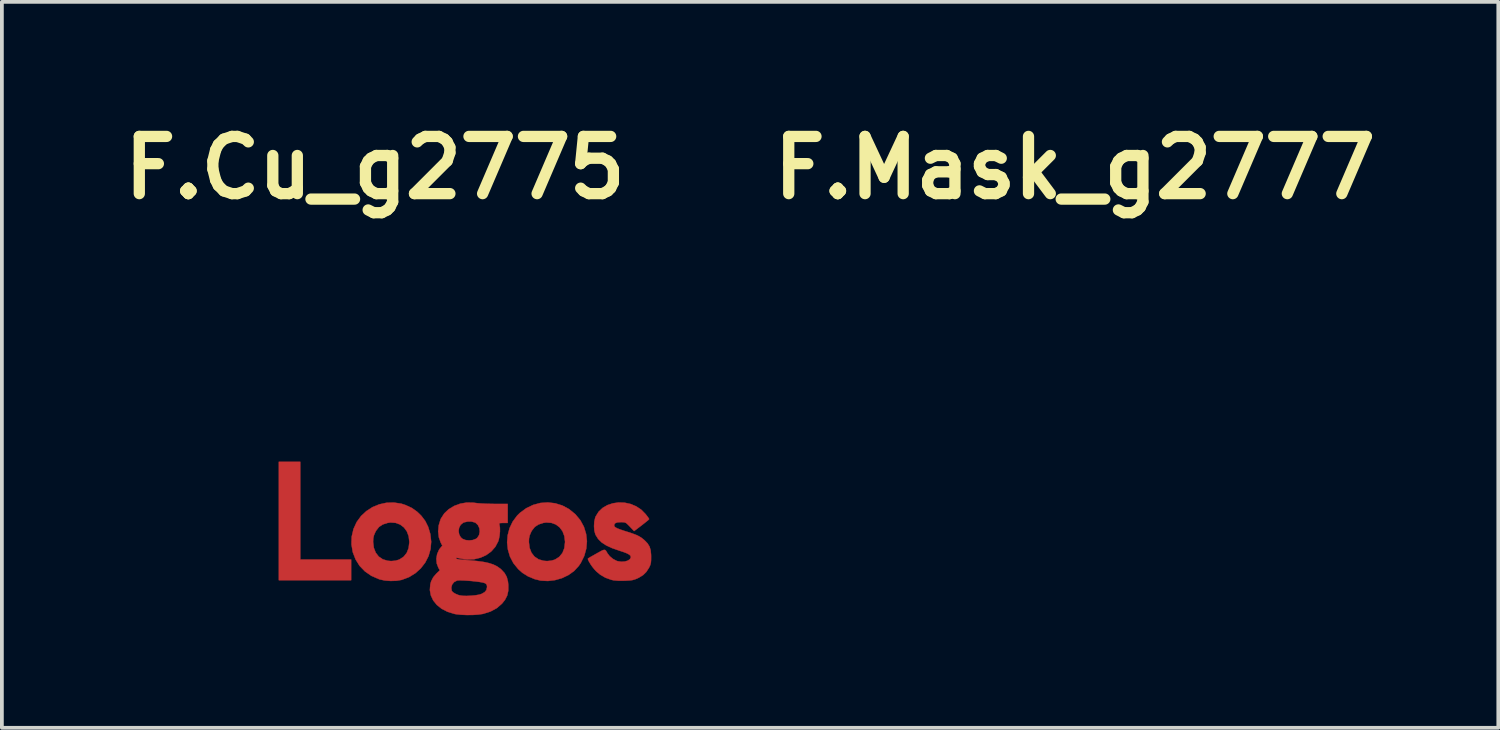
<source format=kicad_pcb>
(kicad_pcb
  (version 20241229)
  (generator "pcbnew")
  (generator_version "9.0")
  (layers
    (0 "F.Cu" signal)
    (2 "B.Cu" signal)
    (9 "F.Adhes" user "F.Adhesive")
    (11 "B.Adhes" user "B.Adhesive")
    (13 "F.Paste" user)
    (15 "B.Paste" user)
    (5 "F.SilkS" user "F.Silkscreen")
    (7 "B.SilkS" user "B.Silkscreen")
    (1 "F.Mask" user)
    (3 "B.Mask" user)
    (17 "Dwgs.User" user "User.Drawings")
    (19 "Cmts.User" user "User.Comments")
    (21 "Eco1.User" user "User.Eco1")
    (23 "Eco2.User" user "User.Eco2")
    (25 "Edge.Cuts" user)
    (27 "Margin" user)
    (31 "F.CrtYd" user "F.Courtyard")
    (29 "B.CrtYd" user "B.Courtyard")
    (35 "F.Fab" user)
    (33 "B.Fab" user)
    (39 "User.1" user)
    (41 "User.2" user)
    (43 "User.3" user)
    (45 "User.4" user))
  (footprint "F.Mask_g2777"
    (layer "F.Cu")
    (at 25.579 1.418)
    (property "Reference" "F.Mask_g2777" (at 0 0 0) (layer "F.SilkS") (effects (font (size 1.524 1.524) (thickness 0.3))))
    (attr through_hole)
    (fp_poly (pts (xy -1.99 10.435) (xy -0.635 10.435) (xy -0.635 10.986) (xy -2.561 10.986) (xy -2.561 7.832) (xy -1.99 7.832) (xy -1.99 10.435)) (stroke (width 0.01) (type solid)) (fill yes) (layer "F.Mask"))
    (fp_poly (pts (xy 4.8 8.938) (xy 4.991 8.997) (xy 5.17 9.093) (xy 5.333 9.226) (xy 5.336 9.228) (xy 5.469 9.388) (xy 5.565 9.564) (xy 5.623 9.753) (xy 5.645 9.948) (xy 5.628 10.145) (xy 5.574 10.34) (xy 5.481 10.528) (xy 5.427 10.607) (xy 5.305 10.74) (xy 5.154 10.848) (xy 4.981 10.931) (xy 4.796 10.984) (xy 4.604 11.007) (xy 4.415 10.997) (xy 4.255 10.958) (xy 4.077 10.884) (xy 3.927 10.79) (xy 3.814 10.689) (xy 3.687 10.532) (xy 3.596 10.358) (xy 3.541 10.172) (xy 3.52 9.98) (xy 3.521 9.968) (xy 4.099 9.968) (xy 4.118 10.124) (xy 4.168 10.254) (xy 4.248 10.357) (xy 4.356 10.43) (xy 4.488 10.469) (xy 4.583 10.477) (xy 4.697 10.466) (xy 4.792 10.438) (xy 4.794 10.437) (xy 4.91 10.363) (xy 4.993 10.261) (xy 5.044 10.132) (xy 5.062 9.976) (xy 5.063 9.964) (xy 5.045 9.813) (xy 4.996 9.683) (xy 4.918 9.578) (xy 4.817 9.502) (xy 4.696 9.458) (xy 4.559 9.449) (xy 4.484 9.46) (xy 4.355 9.502) (xy 4.257 9.567) (xy 4.181 9.663) (xy 4.157 9.708) (xy 4.12 9.795) (xy 4.103 9.876) (xy 4.099 9.968) (xy 3.521 9.968) (xy 3.535 9.788) (xy 3.584 9.602) (xy 3.668 9.426) (xy 3.787 9.266) (xy 3.859 9.195) (xy 4.029 9.069) (xy 4.213 8.981) (xy 4.406 8.929) (xy 4.603 8.915) (xy 4.8 8.938)) (stroke (width 0.01) (type solid)) (fill yes) (layer "F.Mask"))
    (fp_poly (pts (xy 0.701 8.948) (xy 0.812 8.984) (xy 0.981 9.062) (xy 1.124 9.163) (xy 1.235 9.271) (xy 1.339 9.409) (xy 1.416 9.564) (xy 1.471 9.746) (xy 1.475 9.765) (xy 1.497 9.962) (xy 1.48 10.156) (xy 1.427 10.342) (xy 1.34 10.514) (xy 1.222 10.668) (xy 1.077 10.799) (xy 0.907 10.904) (xy 0.715 10.976) (xy 0.709 10.978) (xy 0.573 11.001) (xy 0.418 11.006) (xy 0.262 10.994) (xy 0.125 10.965) (xy 0.106 10.958) (xy -0.096 10.87) (xy -0.268 10.751) (xy -0.409 10.605) (xy -0.516 10.434) (xy -0.592 10.237) (xy -0.626 10.033) (xy -0.624 9.968) (xy -0.05 9.968) (xy -0.031 10.124) (xy 0.02 10.254) (xy 0.1 10.357) (xy 0.207 10.43) (xy 0.339 10.469) (xy 0.434 10.477) (xy 0.548 10.466) (xy 0.644 10.438) (xy 0.646 10.437) (xy 0.761 10.363) (xy 0.845 10.26) (xy 0.896 10.131) (xy 0.915 9.974) (xy 0.915 9.966) (xy 0.898 9.816) (xy 0.849 9.686) (xy 0.772 9.581) (xy 0.671 9.504) (xy 0.55 9.459) (xy 0.414 9.449) (xy 0.335 9.46) (xy 0.206 9.502) (xy 0.108 9.567) (xy 0.033 9.663) (xy 0.008 9.708) (xy -0.029 9.795) (xy -0.046 9.876) (xy -0.05 9.968) (xy -0.624 9.968) (xy -0.62 9.826) (xy -0.572 9.621) (xy -0.57 9.617) (xy -0.487 9.436) (xy -0.371 9.277) (xy -0.229 9.145) (xy -0.066 9.04) (xy 0.114 8.966) (xy 0.305 8.924) (xy 0.502 8.918) (xy 0.701 8.948)) (stroke (width 0.01) (type solid)) (fill yes) (layer "F.Mask"))
    (fp_poly (pts (xy 6.65 8.922) (xy 6.807 8.956) (xy 6.956 9.018) (xy 7.092 9.108) (xy 7.202 9.219) (xy 7.25 9.28) (xy 7.286 9.329) (xy 7.302 9.356) (xy 7.303 9.358) (xy 7.287 9.376) (xy 7.243 9.414) (xy 7.179 9.465) (xy 7.102 9.526) (xy 6.902 9.678) (xy 6.789 9.559) (xy 6.731 9.5) (xy 6.69 9.464) (xy 6.652 9.447) (xy 6.604 9.441) (xy 6.549 9.44) (xy 6.457 9.446) (xy 6.401 9.466) (xy 6.374 9.502) (xy 6.371 9.529) (xy 6.379 9.554) (xy 6.405 9.579) (xy 6.455 9.606) (xy 6.533 9.636) (xy 6.645 9.674) (xy 6.71 9.694) (xy 6.848 9.739) (xy 6.955 9.779) (xy 7.038 9.819) (xy 7.108 9.864) (xy 7.174 9.918) (xy 7.178 9.921) (xy 7.259 10.005) (xy 7.312 10.089) (xy 7.342 10.186) (xy 7.354 10.307) (xy 7.355 10.361) (xy 7.354 10.457) (xy 7.348 10.525) (xy 7.334 10.579) (xy 7.309 10.634) (xy 7.293 10.664) (xy 7.224 10.769) (xy 7.141 10.85) (xy 7.032 10.917) (xy 6.985 10.94) (xy 6.923 10.965) (xy 6.862 10.982) (xy 6.789 10.992) (xy 6.692 10.998) (xy 6.636 11) (xy 6.477 11) (xy 6.355 10.989) (xy 6.292 10.975) (xy 6.135 10.918) (xy 6 10.839) (xy 5.893 10.749) (xy 5.842 10.694) (xy 5.788 10.627) (xy 5.739 10.556) (xy 5.7 10.49) (xy 5.675 10.439) (xy 5.672 10.41) (xy 5.673 10.408) (xy 5.695 10.395) (xy 5.745 10.365) (xy 5.818 10.324) (xy 5.902 10.276) (xy 5.996 10.224) (xy 6.061 10.19) (xy 6.104 10.177) (xy 6.134 10.183) (xy 6.157 10.208) (xy 6.182 10.251) (xy 6.191 10.268) (xy 6.252 10.347) (xy 6.338 10.419) (xy 6.432 10.469) (xy 6.461 10.479) (xy 6.558 10.494) (xy 6.651 10.489) (xy 6.73 10.467) (xy 6.788 10.43) (xy 6.815 10.381) (xy 6.816 10.37) (xy 6.805 10.335) (xy 6.771 10.303) (xy 6.708 10.269) (xy 6.611 10.232) (xy 6.509 10.199) (xy 6.314 10.131) (xy 6.157 10.058) (xy 6.035 9.978) (xy 5.944 9.887) (xy 5.879 9.783) (xy 5.869 9.761) (xy 5.843 9.664) (xy 5.835 9.547) (xy 5.842 9.426) (xy 5.866 9.32) (xy 5.877 9.291) (xy 5.956 9.163) (xy 6.063 9.061) (xy 6.192 8.986) (xy 6.337 8.938) (xy 6.491 8.916) (xy 6.65 8.922)) (stroke (width 0.01) (type solid)) (fill yes) (layer "F.Mask"))
    (fp_poly (pts (xy 2.624 8.922) (xy 2.669 8.928) (xy 2.741 8.937) (xy 2.845 8.944) (xy 2.969 8.95) (xy 3.101 8.953) (xy 3.175 8.954) (xy 3.535 8.954) (xy 3.535 9.461) (xy 3.417 9.461) (xy 3.35 9.463) (xy 3.317 9.469) (xy 3.309 9.484) (xy 3.315 9.509) (xy 3.328 9.587) (xy 3.329 9.689) (xy 3.318 9.799) (xy 3.298 9.902) (xy 3.283 9.95) (xy 3.206 10.096) (xy 3.098 10.219) (xy 2.964 10.317) (xy 2.809 10.387) (xy 2.64 10.428) (xy 2.461 10.436) (xy 2.278 10.409) (xy 2.269 10.407) (xy 2.209 10.394) (xy 2.169 10.39) (xy 2.159 10.395) (xy 2.163 10.408) (xy 2.177 10.419) (xy 2.209 10.427) (xy 2.263 10.435) (xy 2.346 10.443) (xy 2.464 10.453) (xy 2.509 10.456) (xy 2.72 10.476) (xy 2.893 10.5) (xy 3.037 10.531) (xy 3.155 10.57) (xy 3.254 10.619) (xy 3.34 10.68) (xy 3.365 10.702) (xy 3.453 10.797) (xy 3.51 10.9) (xy 3.542 11.024) (xy 3.551 11.115) (xy 3.55 11.267) (xy 3.522 11.394) (xy 3.463 11.509) (xy 3.383 11.61) (xy 3.246 11.729) (xy 3.078 11.82) (xy 2.882 11.882) (xy 2.868 11.885) (xy 2.747 11.902) (xy 2.6 11.912) (xy 2.443 11.913) (xy 2.291 11.906) (xy 2.159 11.892) (xy 2.117 11.884) (xy 1.934 11.828) (xy 1.777 11.748) (xy 1.649 11.646) (xy 1.552 11.527) (xy 1.489 11.393) (xy 1.462 11.249) (xy 1.467 11.182) (xy 2.032 11.182) (xy 2.045 11.269) (xy 2.045 11.27) (xy 2.077 11.307) (xy 2.137 11.345) (xy 2.215 11.378) (xy 2.254 11.39) (xy 2.333 11.402) (xy 2.438 11.405) (xy 2.555 11.4) (xy 2.671 11.389) (xy 2.771 11.372) (xy 2.84 11.351) (xy 2.921 11.304) (xy 2.967 11.249) (xy 2.984 11.175) (xy 2.985 11.155) (xy 2.977 11.107) (xy 2.948 11.076) (xy 2.912 11.059) (xy 2.863 11.046) (xy 2.781 11.032) (xy 2.679 11.019) (xy 2.565 11.007) (xy 2.45 10.998) (xy 2.344 10.992) (xy 2.256 10.99) (xy 2.199 10.993) (xy 2.19 10.994) (xy 2.11 11.034) (xy 2.056 11.1) (xy 2.032 11.182) (xy 1.467 11.182) (xy 1.474 11.097) (xy 1.496 11.016) (xy 1.552 10.908) (xy 1.629 10.817) (xy 1.728 10.721) (xy 1.689 10.656) (xy 1.646 10.542) (xy 1.635 10.415) (xy 1.656 10.289) (xy 1.707 10.175) (xy 1.735 10.136) (xy 1.794 10.066) (xy 1.754 9.99) (xy 1.702 9.848) (xy 1.684 9.69) (xy 1.685 9.677) (xy 2.227 9.677) (xy 2.242 9.765) (xy 2.284 9.843) (xy 2.335 9.887) (xy 2.414 9.917) (xy 2.509 9.927) (xy 2.606 9.916) (xy 2.687 9.886) (xy 2.723 9.86) (xy 2.772 9.784) (xy 2.791 9.694) (xy 2.781 9.602) (xy 2.743 9.519) (xy 2.68 9.458) (xy 2.668 9.451) (xy 2.578 9.425) (xy 2.474 9.423) (xy 2.374 9.445) (xy 2.349 9.456) (xy 2.282 9.511) (xy 2.241 9.589) (xy 2.227 9.677) (xy 1.685 9.677) (xy 1.698 9.527) (xy 1.745 9.371) (xy 1.759 9.341) (xy 1.846 9.207) (xy 1.965 9.095) (xy 2.109 9.008) (xy 2.271 8.948) (xy 2.445 8.918) (xy 2.624 8.922)) (stroke (width 0.01) (type solid)) (fill yes) (layer "F.Mask")))
  (footprint "F.Cu_g2775"
    (layer "F.Cu")
    (at 6.938 1.418)
    (property "Reference" "F.Cu_g2775" (at 0 0 0) (layer "F.SilkS") (effects (font (size 1.524 1.524) (thickness 0.3))))
    (attr through_hole)
    (fp_poly (pts (xy -1.99 10.435) (xy -0.635 10.435) (xy -0.635 10.986) (xy -2.561 10.986) (xy -2.561 7.832) (xy -1.99 7.832) (xy -1.99 10.435)) (stroke (width 0.01) (type solid)) (fill yes) (layer "F.Cu"))
    (fp_poly (pts (xy 4.8 8.938) (xy 4.991 8.997) (xy 5.17 9.093) (xy 5.333 9.226) (xy 5.336 9.228) (xy 5.469 9.388) (xy 5.565 9.564) (xy 5.623 9.753) (xy 5.645 9.948) (xy 5.628 10.145) (xy 5.574 10.34) (xy 5.481 10.528) (xy 5.427 10.607) (xy 5.305 10.74) (xy 5.154 10.848) (xy 4.981 10.931) (xy 4.796 10.984) (xy 4.604 11.007) (xy 4.415 10.997) (xy 4.255 10.958) (xy 4.077 10.884) (xy 3.927 10.79) (xy 3.814 10.689) (xy 3.687 10.532) (xy 3.596 10.358) (xy 3.541 10.172) (xy 3.52 9.98) (xy 3.521 9.968) (xy 4.099 9.968) (xy 4.118 10.124) (xy 4.168 10.254) (xy 4.248 10.357) (xy 4.356 10.43) (xy 4.488 10.469) (xy 4.583 10.477) (xy 4.697 10.466) (xy 4.792 10.438) (xy 4.794 10.437) (xy 4.91 10.363) (xy 4.993 10.261) (xy 5.044 10.132) (xy 5.062 9.976) (xy 5.063 9.964) (xy 5.045 9.813) (xy 4.996 9.683) (xy 4.918 9.578) (xy 4.817 9.502) (xy 4.696 9.458) (xy 4.559 9.449) (xy 4.484 9.46) (xy 4.355 9.502) (xy 4.257 9.567) (xy 4.181 9.663) (xy 4.157 9.708) (xy 4.12 9.795) (xy 4.103 9.876) (xy 4.099 9.968) (xy 3.521 9.968) (xy 3.535 9.788) (xy 3.584 9.602) (xy 3.668 9.426) (xy 3.787 9.266) (xy 3.859 9.195) (xy 4.029 9.069) (xy 4.213 8.981) (xy 4.406 8.929) (xy 4.603 8.915) (xy 4.8 8.938)) (stroke (width 0.01) (type solid)) (fill yes) (layer "F.Cu"))
    (fp_poly (pts (xy 0.701 8.948) (xy 0.812 8.984) (xy 0.981 9.062) (xy 1.124 9.163) (xy 1.235 9.271) (xy 1.339 9.409) (xy 1.416 9.564) (xy 1.471 9.746) (xy 1.475 9.765) (xy 1.497 9.962) (xy 1.48 10.156) (xy 1.427 10.342) (xy 1.34 10.514) (xy 1.222 10.668) (xy 1.077 10.799) (xy 0.907 10.904) (xy 0.715 10.976) (xy 0.709 10.978) (xy 0.573 11.001) (xy 0.418 11.006) (xy 0.262 10.994) (xy 0.125 10.965) (xy 0.106 10.958) (xy -0.096 10.87) (xy -0.268 10.751) (xy -0.409 10.605) (xy -0.516 10.434) (xy -0.592 10.237) (xy -0.626 10.033) (xy -0.624 9.968) (xy -0.05 9.968) (xy -0.031 10.124) (xy 0.02 10.254) (xy 0.1 10.357) (xy 0.207 10.43) (xy 0.339 10.469) (xy 0.434 10.477) (xy 0.548 10.466) (xy 0.644 10.438) (xy 0.646 10.437) (xy 0.761 10.363) (xy 0.845 10.26) (xy 0.896 10.131) (xy 0.915 9.974) (xy 0.915 9.966) (xy 0.898 9.816) (xy 0.849 9.686) (xy 0.772 9.581) (xy 0.671 9.504) (xy 0.55 9.459) (xy 0.414 9.449) (xy 0.335 9.46) (xy 0.206 9.502) (xy 0.108 9.567) (xy 0.033 9.663) (xy 0.008 9.708) (xy -0.029 9.795) (xy -0.046 9.876) (xy -0.05 9.968) (xy -0.624 9.968) (xy -0.62 9.826) (xy -0.572 9.621) (xy -0.57 9.617) (xy -0.487 9.436) (xy -0.371 9.277) (xy -0.229 9.145) (xy -0.066 9.04) (xy 0.114 8.966) (xy 0.305 8.924) (xy 0.502 8.918) (xy 0.701 8.948)) (stroke (width 0.01) (type solid)) (fill yes) (layer "F.Cu"))
    (fp_poly (pts (xy 6.65 8.922) (xy 6.807 8.956) (xy 6.956 9.018) (xy 7.092 9.108) (xy 7.202 9.219) (xy 7.25 9.28) (xy 7.286 9.329) (xy 7.302 9.356) (xy 7.303 9.358) (xy 7.287 9.376) (xy 7.243 9.414) (xy 7.179 9.465) (xy 7.102 9.526) (xy 6.902 9.678) (xy 6.789 9.559) (xy 6.731 9.5) (xy 6.69 9.464) (xy 6.652 9.447) (xy 6.604 9.441) (xy 6.549 9.44) (xy 6.457 9.446) (xy 6.401 9.466) (xy 6.374 9.502) (xy 6.371 9.529) (xy 6.379 9.554) (xy 6.405 9.579) (xy 6.455 9.606) (xy 6.533 9.636) (xy 6.645 9.674) (xy 6.71 9.694) (xy 6.848 9.739) (xy 6.955 9.779) (xy 7.038 9.819) (xy 7.108 9.864) (xy 7.174 9.918) (xy 7.178 9.921) (xy 7.259 10.005) (xy 7.312 10.089) (xy 7.342 10.186) (xy 7.354 10.307) (xy 7.355 10.361) (xy 7.354 10.457) (xy 7.348 10.525) (xy 7.334 10.579) (xy 7.309 10.634) (xy 7.293 10.664) (xy 7.224 10.769) (xy 7.141 10.85) (xy 7.032 10.917) (xy 6.985 10.94) (xy 6.923 10.965) (xy 6.862 10.982) (xy 6.789 10.992) (xy 6.692 10.998) (xy 6.636 11) (xy 6.477 11) (xy 6.355 10.989) (xy 6.292 10.975) (xy 6.135 10.918) (xy 6 10.839) (xy 5.893 10.749) (xy 5.842 10.694) (xy 5.788 10.627) (xy 5.739 10.556) (xy 5.7 10.49) (xy 5.675 10.439) (xy 5.672 10.41) (xy 5.673 10.408) (xy 5.695 10.395) (xy 5.745 10.365) (xy 5.818 10.324) (xy 5.902 10.276) (xy 5.996 10.224) (xy 6.061 10.19) (xy 6.104 10.177) (xy 6.134 10.183) (xy 6.157 10.208) (xy 6.182 10.251) (xy 6.191 10.268) (xy 6.252 10.347) (xy 6.338 10.419) (xy 6.432 10.469) (xy 6.461 10.479) (xy 6.558 10.494) (xy 6.651 10.489) (xy 6.73 10.467) (xy 6.788 10.43) (xy 6.815 10.381) (xy 6.816 10.37) (xy 6.805 10.335) (xy 6.771 10.303) (xy 6.708 10.269) (xy 6.611 10.232) (xy 6.509 10.199) (xy 6.314 10.131) (xy 6.157 10.058) (xy 6.035 9.978) (xy 5.944 9.887) (xy 5.879 9.783) (xy 5.869 9.761) (xy 5.843 9.664) (xy 5.835 9.547) (xy 5.842 9.426) (xy 5.866 9.32) (xy 5.877 9.291) (xy 5.956 9.163) (xy 6.063 9.061) (xy 6.192 8.986) (xy 6.337 8.938) (xy 6.491 8.916) (xy 6.65 8.922)) (stroke (width 0.01) (type solid)) (fill yes) (layer "F.Cu"))
    (fp_poly (pts (xy 2.624 8.922) (xy 2.669 8.928) (xy 2.741 8.937) (xy 2.845 8.944) (xy 2.969 8.95) (xy 3.101 8.953) (xy 3.175 8.954) (xy 3.535 8.954) (xy 3.535 9.461) (xy 3.417 9.461) (xy 3.35 9.463) (xy 3.317 9.469) (xy 3.309 9.484) (xy 3.315 9.509) (xy 3.328 9.587) (xy 3.329 9.689) (xy 3.318 9.799) (xy 3.298 9.902) (xy 3.283 9.95) (xy 3.206 10.096) (xy 3.098 10.219) (xy 2.964 10.317) (xy 2.809 10.387) (xy 2.64 10.428) (xy 2.461 10.436) (xy 2.278 10.409) (xy 2.269 10.407) (xy 2.209 10.394) (xy 2.169 10.39) (xy 2.159 10.395) (xy 2.163 10.408) (xy 2.177 10.419) (xy 2.209 10.427) (xy 2.263 10.435) (xy 2.346 10.443) (xy 2.464 10.453) (xy 2.509 10.456) (xy 2.72 10.476) (xy 2.893 10.5) (xy 3.037 10.531) (xy 3.155 10.57) (xy 3.254 10.619) (xy 3.34 10.68) (xy 3.365 10.702) (xy 3.453 10.797) (xy 3.51 10.9) (xy 3.542 11.024) (xy 3.551 11.115) (xy 3.55 11.267) (xy 3.522 11.394) (xy 3.463 11.509) (xy 3.383 11.61) (xy 3.246 11.729) (xy 3.078 11.82) (xy 2.882 11.882) (xy 2.868 11.885) (xy 2.747 11.902) (xy 2.6 11.912) (xy 2.443 11.913) (xy 2.291 11.906) (xy 2.159 11.892) (xy 2.117 11.884) (xy 1.934 11.828) (xy 1.777 11.748) (xy 1.649 11.646) (xy 1.552 11.527) (xy 1.489 11.393) (xy 1.462 11.249) (xy 1.467 11.182) (xy 2.032 11.182) (xy 2.045 11.269) (xy 2.045 11.27) (xy 2.077 11.307) (xy 2.137 11.345) (xy 2.215 11.378) (xy 2.254 11.39) (xy 2.333 11.402) (xy 2.438 11.405) (xy 2.555 11.4) (xy 2.671 11.389) (xy 2.771 11.372) (xy 2.84 11.351) (xy 2.921 11.304) (xy 2.967 11.249) (xy 2.984 11.175) (xy 2.985 11.155) (xy 2.977 11.107) (xy 2.948 11.076) (xy 2.912 11.059) (xy 2.863 11.046) (xy 2.781 11.032) (xy 2.679 11.019) (xy 2.565 11.007) (xy 2.45 10.998) (xy 2.344 10.992) (xy 2.256 10.99) (xy 2.199 10.993) (xy 2.19 10.994) (xy 2.11 11.034) (xy 2.056 11.1) (xy 2.032 11.182) (xy 1.467 11.182) (xy 1.474 11.097) (xy 1.496 11.016) (xy 1.552 10.908) (xy 1.629 10.817) (xy 1.728 10.721) (xy 1.689 10.656) (xy 1.646 10.542) (xy 1.635 10.415) (xy 1.656 10.289) (xy 1.707 10.175) (xy 1.735 10.136) (xy 1.794 10.066) (xy 1.754 9.99) (xy 1.702 9.848) (xy 1.684 9.69) (xy 1.685 9.677) (xy 2.227 9.677) (xy 2.242 9.765) (xy 2.284 9.843) (xy 2.335 9.887) (xy 2.414 9.917) (xy 2.509 9.927) (xy 2.606 9.916) (xy 2.687 9.886) (xy 2.723 9.86) (xy 2.772 9.784) (xy 2.791 9.694) (xy 2.781 9.602) (xy 2.743 9.519) (xy 2.68 9.458) (xy 2.668 9.451) (xy 2.578 9.425) (xy 2.474 9.423) (xy 2.374 9.445) (xy 2.349 9.456) (xy 2.282 9.511) (xy 2.241 9.589) (xy 2.227 9.677) (xy 1.685 9.677) (xy 1.698 9.527) (xy 1.745 9.371) (xy 1.759 9.341) (xy 1.846 9.207) (xy 1.965 9.095) (xy 2.109 9.008) (xy 2.271 8.948) (xy 2.445 8.918) (xy 2.624 8.922)) (stroke (width 0.01) (type solid)) (fill yes) (layer "F.Cu")))
  (gr_rect
    (start -3 -3)
    (end 36.859 16.336)
    (stroke (width 0.1) (type default))
    (fill no)
    (layer "Edge.Cuts")))
</source>
